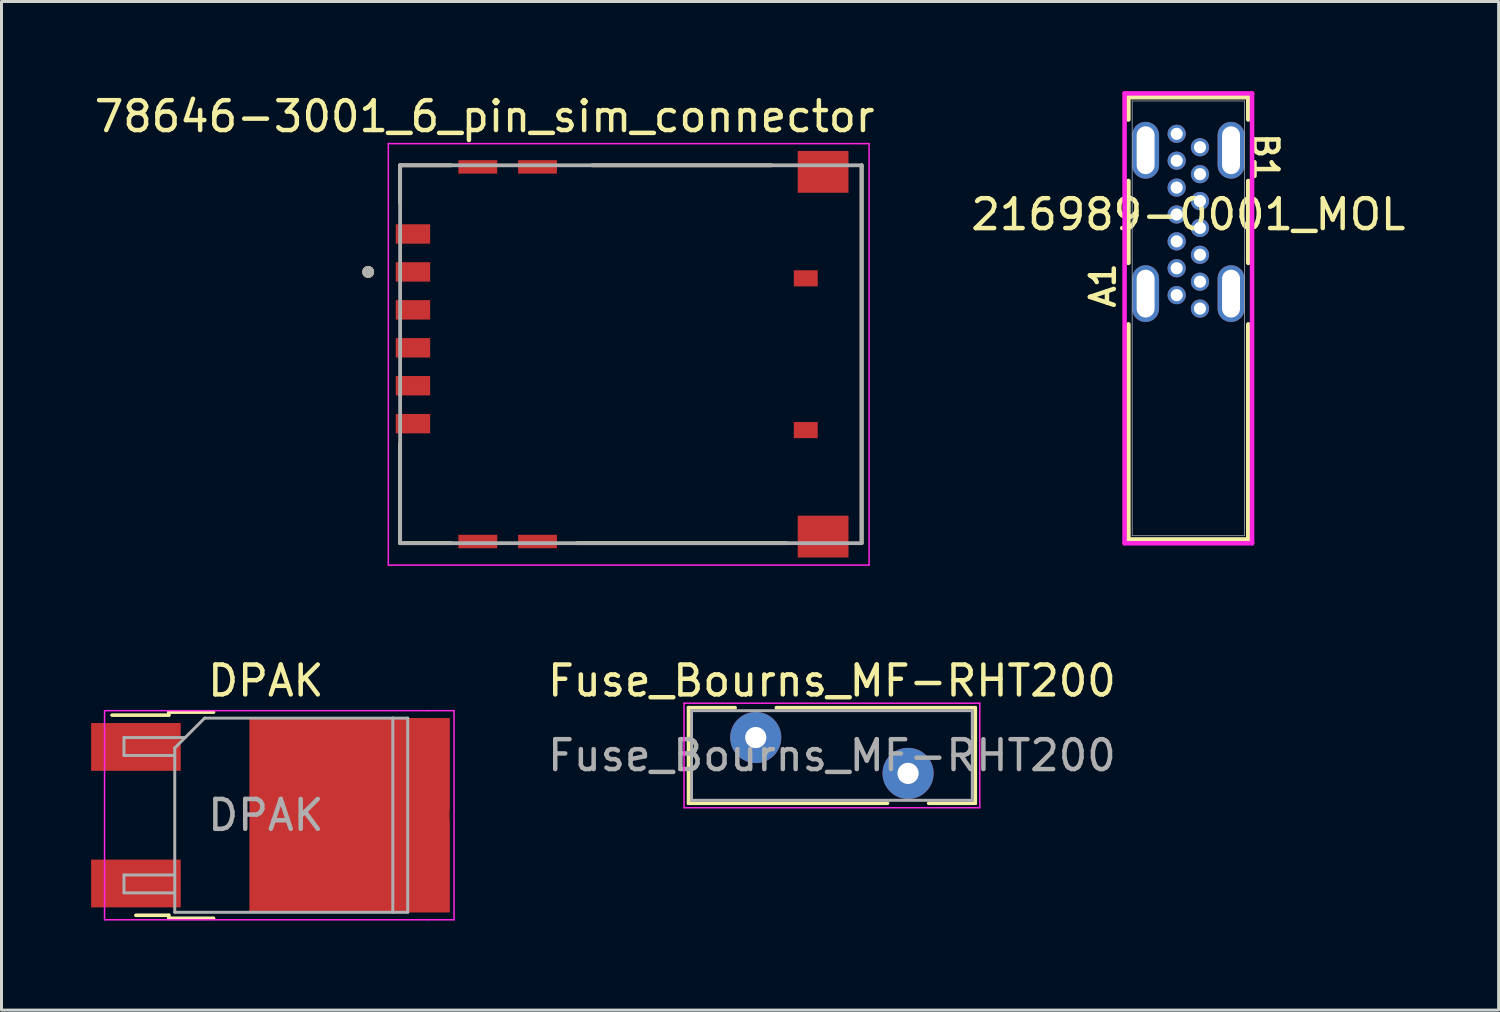
<source format=kicad_pcb>
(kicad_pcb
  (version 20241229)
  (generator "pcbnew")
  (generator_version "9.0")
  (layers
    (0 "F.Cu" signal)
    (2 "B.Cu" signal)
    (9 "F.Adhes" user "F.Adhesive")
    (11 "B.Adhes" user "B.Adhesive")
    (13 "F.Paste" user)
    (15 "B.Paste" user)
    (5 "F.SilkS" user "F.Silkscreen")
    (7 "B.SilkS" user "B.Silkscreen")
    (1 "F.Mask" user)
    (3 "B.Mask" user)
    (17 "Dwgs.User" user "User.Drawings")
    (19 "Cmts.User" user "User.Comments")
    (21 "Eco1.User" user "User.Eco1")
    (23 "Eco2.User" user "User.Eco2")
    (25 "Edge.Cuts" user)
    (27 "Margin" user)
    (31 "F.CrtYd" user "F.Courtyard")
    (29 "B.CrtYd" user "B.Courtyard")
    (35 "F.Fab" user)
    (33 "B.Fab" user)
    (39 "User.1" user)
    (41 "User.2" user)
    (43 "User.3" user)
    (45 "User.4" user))
  (footprint "216989-0001_MOL"
    (layer "F.Cu")
    (at 36.342 6.83)
    (property "Reference" "216989-0001_MOL" (at 0.39 -2.7 0) (unlocked yes) (layer "F.SilkS") (effects (font (size 1 1) (thickness 0.15))))
    (attr through_hole)
    (fp_line (start -1.617 -6.627) (end -1.617 -5.879) (stroke (width 0.152) (type solid)) (layer "F.SilkS"))
    (fp_line (start -1.617 -3.821) (end -1.617 -1.079) (stroke (width 0.152) (type solid)) (layer "F.SilkS"))
    (fp_line (start -1.617 0.979) (end -1.617 8.181) (stroke (width 0.152) (type solid)) (layer "F.SilkS"))
    (fp_line (start -1.617 8.181) (end 2.397 8.181) (stroke (width 0.152) (type solid)) (layer "F.SilkS"))
    (fp_line (start 2.397 -6.627) (end -1.617 -6.627) (stroke (width 0.152) (type solid)) (layer "F.SilkS"))
    (fp_line (start 2.397 -5.879) (end 2.397 -6.627) (stroke (width 0.152) (type solid)) (layer "F.SilkS"))
    (fp_line (start 2.397 -1.079) (end 2.397 -3.821) (stroke (width 0.152) (type solid)) (layer "F.SilkS"))
    (fp_line (start 2.397 8.181) (end 2.397 0.979) (stroke (width 0.152) (type solid)) (layer "F.SilkS"))
    (fp_line (start -1.744 -6.754) (end -1.744 8.308) (stroke (width 0.152) (type solid)) (layer "F.CrtYd"))
    (fp_line (start -1.744 8.308) (end 2.524 8.308) (stroke (width 0.152) (type solid)) (layer "F.CrtYd"))
    (fp_line (start 2.524 -6.754) (end -1.744 -6.754) (stroke (width 0.152) (type solid)) (layer "F.CrtYd"))
    (fp_line (start 2.524 8.308) (end 2.524 -6.754) (stroke (width 0.152) (type solid)) (layer "F.CrtYd"))
    (fp_line (start -1.49 -6.5) (end -1.49 8.054) (stroke (width 0.025) (type solid)) (layer "F.Fab"))
    (fp_line (start -1.49 8.054) (end 2.27 8.054) (stroke (width 0.025) (type solid)) (layer "F.Fab"))
    (fp_line (start 2.27 -6.5) (end -1.49 -6.5) (stroke (width 0.025) (type solid)) (layer "F.Fab"))
    (fp_line (start 2.27 8.054) (end 2.27 -6.5) (stroke (width 0.025) (type solid)) (layer "F.Fab"))
    (fp_text user "A1" (at -2 0.5 90) (unlocked yes) (layer "F.SilkS") (effects (font (size 0.8 0.8) (thickness 0.15)) (justify left bottom)))
    (fp_text user "B1" (at 2.5 -5.5 270) (unlocked yes) (layer "F.SilkS") (effects (font (size 0.8 0.8) (thickness 0.15)) (justify left bottom)))
    (pad "A1" thru_hole circle (at 0.000001 0) (size 0.61 0.61) (drill 0.406) (layers "*.Cu" "*.Mask"))
    (pad "A4" thru_hole circle (at 0.000001 -0.9) (size 0.61 0.61) (drill 0.406) (layers "*.Cu" "*.Mask"))
    (pad "A5" thru_hole circle (at 0.000001 -1.8) (size 0.61 0.61) (drill 0.406) (layers "*.Cu" "*.Mask"))
    (pad "A6" thru_hole circle (at 0.000001 -2.7) (size 0.61 0.61) (drill 0.406) (layers "*.Cu" "*.Mask"))
    (pad "A7" thru_hole circle (at 0.000001 -3.6) (size 0.61 0.61) (drill 0.406) (layers "*.Cu" "*.Mask"))
    (pad "A9" thru_hole circle (at 0.000001 -4.5) (size 0.61 0.61) (drill 0.406) (layers "*.Cu" "*.Mask"))
    (pad "A12" thru_hole circle (at 0.000001 -5.4) (size 0.61 0.61) (drill 0.406) (layers "*.Cu" "*.Mask"))
    (pad "B1" thru_hole circle (at 0.78 -4.95) (size 0.61 0.61) (drill 0.406) (layers "*.Cu" "*.Mask"))
    (pad "B4" thru_hole circle (at 0.78 -4.05) (size 0.61 0.61) (drill 0.406) (layers "*.Cu" "*.Mask"))
    (pad "B5" thru_hole circle (at 0.78 -3.15) (size 0.61 0.61) (drill 0.406) (layers "*.Cu" "*.Mask"))
    (pad "B6" thru_hole circle (at 0.78 -2.25) (size 0.61 0.61) (drill 0.406) (layers "*.Cu" "*.Mask"))
    (pad "B7" thru_hole circle (at 0.78 -1.35) (size 0.61 0.61) (drill 0.406) (layers "*.Cu" "*.Mask"))
    (pad "B9" thru_hole circle (at 0.78 -0.45) (size 0.61 0.61) (drill 0.406) (layers "*.Cu" "*.Mask"))
    (pad "B12" thru_hole circle (at 0.78 0.45) (size 0.61 0.61) (drill 0.406) (layers "*.Cu" "*.Mask"))
    (pad "S1" thru_hole oval (at -1.04 -4.85) (size 0.9 1.9) (drill oval 0.6 1.6) (layers "*.Cu" "*.Mask"))
    (pad "S1" thru_hole oval (at -1.04 -0.05) (size 0.9 1.9) (drill oval 0.6 1.6) (layers "*.Cu" "*.Mask"))
    (pad "S1" thru_hole oval (at 1.82 -4.85) (size 0.9 1.9) (drill oval 0.6 1.6) (layers "*.Cu" "*.Mask"))
    (pad "S1" thru_hole oval (at 1.82 -0.05) (size 0.9 1.9) (drill oval 0.6 1.6) (layers "*.Cu" "*.Mask")))
  (footprint "DPAK"
    (layer "F.Cu")
    (at 5.85 24.241)
    (property "Reference" "DPAK" (at 0 -4.5 0) (layer "F.SilkS") (effects (font (size 1 1) (thickness 0.15))))
    (attr smd)
    (fp_line (start -3.25 -3.45) (end -3.25 -3.35) (stroke (width 0.12) (type solid)) (layer "F.SilkS"))
    (fp_line (start -3.25 -3.35) (end -5.15 -3.35) (stroke (width 0.12) (type solid)) (layer "F.SilkS"))
    (fp_line (start -3.25 3.35) (end -4.35 3.35) (stroke (width 0.12) (type solid)) (layer "F.SilkS"))
    (fp_line (start -3.25 3.45) (end -3.25 3.35) (stroke (width 0.12) (type solid)) (layer "F.SilkS"))
    (fp_line (start -1.75 -3.45) (end -3.25 -3.45) (stroke (width 0.12) (type solid)) (layer "F.SilkS"))
    (fp_line (start -1.75 3.45) (end -3.25 3.45) (stroke (width 0.12) (type solid)) (layer "F.SilkS"))
    (fp_line (start -5.4 -3.5) (end -5.4 3.5) (stroke (width 0.05) (type solid)) (layer "F.CrtYd"))
    (fp_line (start -5.4 3.5) (end 5.4 3.5) (stroke (width 0.05) (type solid)) (layer "F.CrtYd"))
    (fp_line (start 5.4 -3.5) (end -5.4 -3.5) (stroke (width 0.05) (type solid)) (layer "F.CrtYd"))
    (fp_line (start 5.4 -3.5) (end 6.3 -3.5) (stroke (width 0.05) (type solid)) (layer "F.CrtYd"))
    (fp_line (start 5.4 3.5) (end 6.3 3.5) (stroke (width 0.05) (type solid)) (layer "F.CrtYd"))
    (fp_line (start 6.3 3.5) (end 6.3 -3.5) (stroke (width 0.05) (type solid)) (layer "F.CrtYd"))
    (fp_line (start -4.75 -2.6) (end -4.75 -2) (stroke (width 0.1) (type solid)) (layer "F.Fab"))
    (fp_line (start -4.75 -2) (end -3.05 -2) (stroke (width 0.1) (type solid)) (layer "F.Fab"))
    (fp_line (start -4.75 2) (end -4.75 2.6) (stroke (width 0.1) (type solid)) (layer "F.Fab"))
    (fp_line (start -4.75 2.6) (end -3.05 2.6) (stroke (width 0.1) (type solid)) (layer "F.Fab"))
    (fp_line (start -3.05 -2.25) (end -2.05 -3.25) (stroke (width 0.1) (type solid)) (layer "F.Fab"))
    (fp_line (start -3.05 2) (end -4.75 2) (stroke (width 0.1) (type solid)) (layer "F.Fab"))
    (fp_line (start -3.05 3.25) (end -3.05 -2.25) (stroke (width 0.1) (type solid)) (layer "F.Fab"))
    (fp_line (start -2.7 -2.6) (end -4.75 -2.6) (stroke (width 0.1) (type solid)) (layer "F.Fab"))
    (fp_line (start -2.05 -3.25) (end 4.25 -3.25) (stroke (width 0.1) (type solid)) (layer "F.Fab"))
    (fp_line (start 4.25 -3.25) (end 4.25 3.25) (stroke (width 0.1) (type solid)) (layer "F.Fab"))
    (fp_line (start 4.25 -3.25) (end 4.75 -3.25) (stroke (width 0.1) (type solid)) (layer "F.Fab"))
    (fp_line (start 4.25 3.25) (end -3.05 3.25) (stroke (width 0.1) (type solid)) (layer "F.Fab"))
    (fp_line (start 4.75 -3.25) (end 4.75 3.25) (stroke (width 0.1) (type solid)) (layer "F.Fab"))
    (fp_line (start 4.75 3.25) (end 4.25 3.25) (stroke (width 0.1) (type solid)) (layer "F.Fab"))
    (fp_text user "${REFERENCE}" (at 0 0 0) (layer "F.Fab") (effects (font (size 1 1) (thickness 0.15))))
    (pad "1" smd rect (at -4.35 -2.286) (size 3 1.6) (layers "F.Cu" "F.Mask" "F.Paste"))
    (pad "2" smd rect (at 1.35 -1.7) (size 3.2 3.1) (layers "F.Cu" "F.Paste"))
    (pad "2" smd rect (at 1.35 1.7) (size 3.2 3.1) (layers "F.Cu" "F.Paste"))
    (pad "2" smd rect (at 2.8 0) (size 6.7 6.5) (layers "F.Cu" "F.Mask"))
    (pad "2" smd rect (at 4.55 -1.7) (size 3.2 3.1) (layers "F.Cu" "F.Paste"))
    (pad "2" smd rect (at 4.55 1.7) (size 3.2 3.1) (layers "F.Cu" "F.Paste"))
    (pad "3" smd rect (at -4.35 2.286) (size 3 1.6) (layers "F.Cu" "F.Mask" "F.Paste")))
  (footprint "78646-3001_6_pin_sim_connector"
    (layer "F.Cu")
    (at 18.07 8.808)
    (property "Reference" "78646-3001_6_pin_sim_connector" (at -4.897 -7.96 0) (layer "F.SilkS") (effects (font (size 1 1) (thickness 0.15))))
    (attr through_hole)
    (fp_line (start -7.725 -6.325) (end -7.725 -5.08) (stroke (width 0.127) (type solid)) (layer "F.SilkS"))
    (fp_line (start -7.725 -6.325) (end -6.025 -6.325) (stroke (width 0.127) (type solid)) (layer "F.SilkS"))
    (fp_line (start -7.725 3) (end -7.725 6.325) (stroke (width 0.127) (type solid)) (layer "F.SilkS"))
    (fp_line (start -7.725 6.325) (end -6.025 6.325) (stroke (width 0.127) (type solid)) (layer "F.SilkS"))
    (fp_line (start -1.795 6.325) (end 5.205 6.325) (stroke (width 0.127) (type solid)) (layer "F.SilkS"))
    (fp_line (start -1.295 -6.325) (end 4.705 -6.325) (stroke (width 0.127) (type solid)) (layer "F.SilkS"))
    (fp_line (start 7.725 -6.325) (end 7.725 6.325) (stroke (width 0.127) (type solid)) (layer "F.SilkS"))
    (fp_circle (center -8.795 -2.755) (end -8.695 -2.755) (stroke (width 0.2) (type solid)) (fill no) (layer "F.SilkS"))
    (fp_line (start -8.12 -7.05) (end 7.975 -7.05) (stroke (width 0.05) (type solid)) (layer "F.CrtYd"))
    (fp_line (start -8.12 7.06) (end -8.12 -7.05) (stroke (width 0.05) (type solid)) (layer "F.CrtYd"))
    (fp_line (start 7.975 -7.05) (end 7.975 7.06) (stroke (width 0.05) (type solid)) (layer "F.CrtYd"))
    (fp_line (start 7.975 7.06) (end -8.12 7.06) (stroke (width 0.05) (type solid)) (layer "F.CrtYd"))
    (fp_line (start -7.725 -6.325) (end -7.725 6.325) (stroke (width 0.127) (type solid)) (layer "F.Fab"))
    (fp_line (start 7.725 -6.325) (end -7.725 -6.325) (stroke (width 0.127) (type solid)) (layer "F.Fab"))
    (fp_line (start 7.725 -6.325) (end 7.725 6.325) (stroke (width 0.127) (type solid)) (layer "F.Fab"))
    (fp_line (start 7.725 6.325) (end -7.725 6.325) (stroke (width 0.127) (type solid)) (layer "F.Fab"))
    (fp_circle (center -8.795 -2.755) (end -8.695 -2.755) (stroke (width 0.2) (type solid)) (fill no) (layer "F.Fab"))
    (pad "C1" smd rect (at -7.295 -2.755) (size 1.15 0.65) (layers "F.Cu" "F.Mask" "F.Paste"))
    (pad "C2" smd rect (at -7.295 -0.215) (size 1.15 0.65) (layers "F.Cu" "F.Mask" "F.Paste"))
    (pad "C3" smd rect (at -7.295 2.325) (size 1.15 0.65) (layers "F.Cu" "F.Mask" "F.Paste"))
    (pad "C5" smd rect (at -7.295 -4.025) (size 1.15 0.65) (layers "F.Cu" "F.Mask" "F.Paste"))
    (pad "C6" smd rect (at -7.295 -1.485) (size 1.15 0.65) (layers "F.Cu" "F.Mask" "F.Paste"))
    (pad "C7" smd rect (at -7.295 1.055) (size 1.15 0.65) (layers "F.Cu" "F.Mask" "F.Paste"))
    (pad "G1" smd rect (at -5.125 -6.27) (size 1.3 0.45) (layers "F.Cu" "F.Mask" "F.Paste"))
    (pad "G2" smd rect (at -3.125 -6.27) (size 1.3 0.45) (layers "F.Cu" "F.Mask" "F.Paste"))
    (pad "G3" smd rect (at -5.125 6.27) (size 1.3 0.45) (layers "F.Cu" "F.Mask" "F.Paste"))
    (pad "G4" smd rect (at -3.125 6.27) (size 1.3 0.45) (layers "F.Cu" "F.Mask" "F.Paste"))
    (pad "G5" smd rect (at 6.435 6.105) (size 1.7 1.4) (layers "F.Cu" "F.Mask" "F.Paste"))
    (pad "G6" smd rect (at 6.435 -6.105) (size 1.7 1.4) (layers "F.Cu" "F.Mask" "F.Paste"))
    (pad "X1" smd rect (at 5.855 -2.54) (size 0.8 0.54) (layers "F.Cu" "F.Mask" "F.Paste"))
    (pad "X2" smd rect (at 5.855 2.54) (size 0.8 0.54) (layers "F.Cu" "F.Mask" "F.Paste")))
  (footprint "Fuse_Bourns_MF-RHT200"
    (layer "F.Cu")
    (at 22.25 21.641)
    (property "Reference" "Fuse_Bourns_MF-RHT200" (at 2.55 -1.9 0) (layer "F.SilkS") (effects (font (size 1 1) (thickness 0.15))))
    (attr through_hole)
    (fp_line (start -2.251 -1) (end -2.251 2.2) (stroke (width 0.12) (type solid)) (layer "F.SilkS"))
    (fp_line (start -2.251 -1) (end -0.689 -1) (stroke (width 0.12) (type solid)) (layer "F.SilkS"))
    (fp_line (start -2.251 2.2) (end 4.412 2.2) (stroke (width 0.12) (type solid)) (layer "F.SilkS"))
    (fp_line (start 0.689 -1) (end 7.35 -1) (stroke (width 0.12) (type solid)) (layer "F.SilkS"))
    (fp_line (start 5.789 2.2) (end 7.35 2.2) (stroke (width 0.12) (type solid)) (layer "F.SilkS"))
    (fp_line (start 7.35 -1) (end 7.35 2.2) (stroke (width 0.12) (type solid)) (layer "F.SilkS"))
    (fp_line (start -2.4 -1.15) (end -2.4 2.35) (stroke (width 0.05) (type solid)) (layer "F.CrtYd"))
    (fp_line (start -2.4 2.35) (end 7.5 2.35) (stroke (width 0.05) (type solid)) (layer "F.CrtYd"))
    (fp_line (start 7.5 -1.15) (end -2.4 -1.15) (stroke (width 0.05) (type solid)) (layer "F.CrtYd"))
    (fp_line (start 7.5 2.35) (end 7.5 -1.15) (stroke (width 0.05) (type solid)) (layer "F.CrtYd"))
    (fp_line (start -2.15 -0.9) (end -2.15 2.1) (stroke (width 0.1) (type solid)) (layer "F.Fab"))
    (fp_line (start -2.15 2.1) (end 7.25 2.1) (stroke (width 0.1) (type solid)) (layer "F.Fab"))
    (fp_line (start 7.25 -0.9) (end -2.15 -0.9) (stroke (width 0.1) (type solid)) (layer "F.Fab"))
    (fp_line (start 7.25 2.1) (end 7.25 -0.9) (stroke (width 0.1) (type solid)) (layer "F.Fab"))
    (fp_text user "${REFERENCE}" (at 2.55 0.6 0) (layer "F.Fab") (effects (font (size 1 1) (thickness 0.15))))
    (pad "1" thru_hole circle (at 0 0) (size 1.71 1.71) (drill 0.71) (layers "*.Cu" "*.Mask"))
    (pad "2" thru_hole circle (at 5.1 1.2) (size 1.71 1.71) (drill 0.71) (layers "*.Cu" "*.Mask")))
  (gr_rect
    (start -3 -3)
    (end 47.119 30.766)
    (stroke (width 0.1) (type default))
    (fill no)
    (layer "Edge.Cuts")))
</source>
